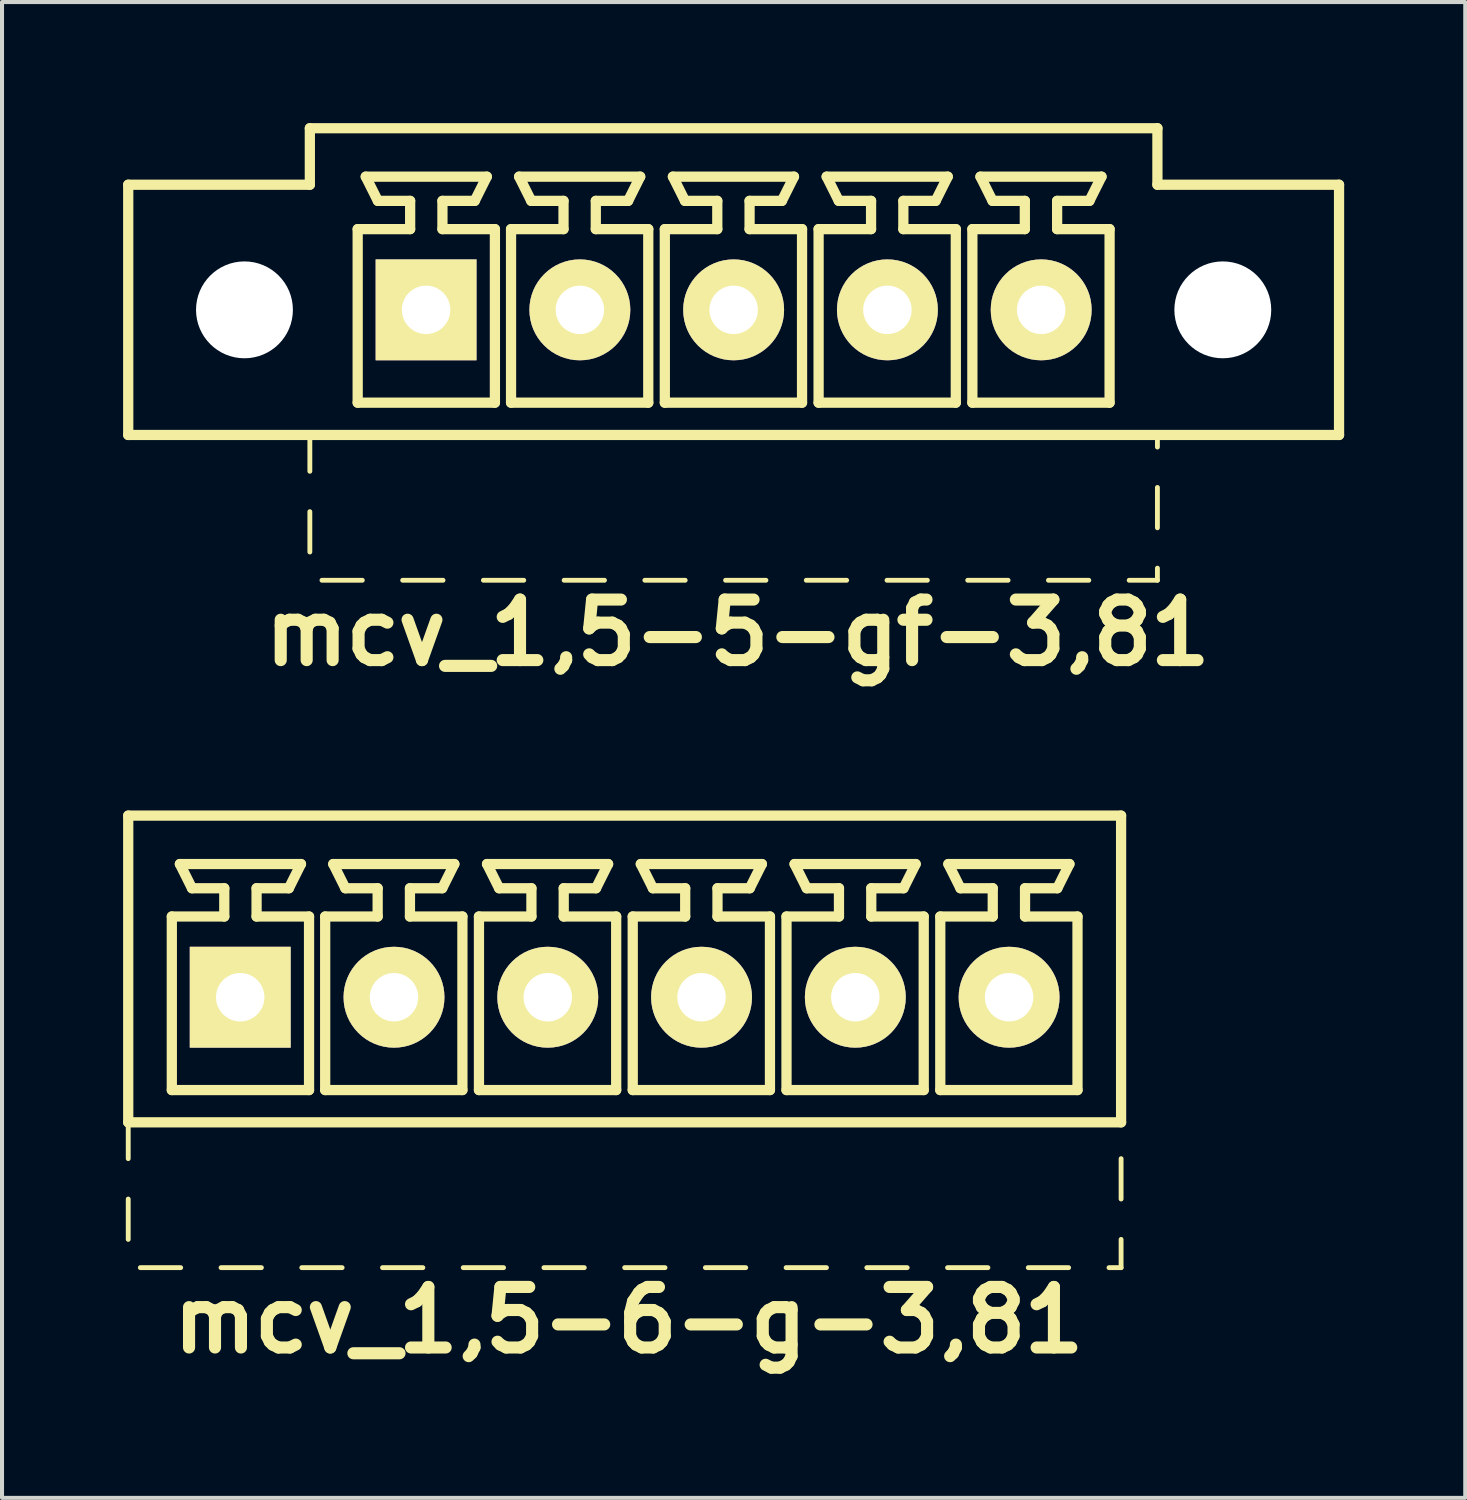
<source format=kicad_pcb>
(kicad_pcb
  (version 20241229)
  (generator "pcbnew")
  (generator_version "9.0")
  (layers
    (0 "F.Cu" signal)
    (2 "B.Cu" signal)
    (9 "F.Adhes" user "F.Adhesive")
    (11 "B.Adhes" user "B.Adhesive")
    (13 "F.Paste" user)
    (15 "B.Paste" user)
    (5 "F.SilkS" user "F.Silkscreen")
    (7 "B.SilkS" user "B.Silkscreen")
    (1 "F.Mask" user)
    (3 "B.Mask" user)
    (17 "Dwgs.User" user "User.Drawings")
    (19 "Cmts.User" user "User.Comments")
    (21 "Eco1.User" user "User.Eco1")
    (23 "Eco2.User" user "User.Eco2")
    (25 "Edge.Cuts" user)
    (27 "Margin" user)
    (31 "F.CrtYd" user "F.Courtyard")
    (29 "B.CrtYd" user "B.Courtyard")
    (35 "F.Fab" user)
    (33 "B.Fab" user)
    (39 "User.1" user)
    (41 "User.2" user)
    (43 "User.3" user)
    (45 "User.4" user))
  (footprint "mcv_1,5-6-g-3,81"
    (layer "F.Cu")
    (at 12.427 21.658)
    (property "Reference" "mcv_1,5-6-g-3,81" (at 0.1 8 0) (layer "F.SilkS") (effects (font (size 1.5 1.5) (thickness 0.3))))
    (attr through_hole)
    (fp_line (start -12.3 -4.5) (end -12.3 3.1) (stroke (width 0.254) (type solid)) (layer "F.SilkS"))
    (fp_line (start -12.3 -4.5) (end 12.3 -4.5) (stroke (width 0.254) (type solid)) (layer "F.SilkS"))
    (fp_line (start -12.3 3.1) (end -12.3 4) (stroke (width 0.12) (type solid)) (layer "F.SilkS"))
    (fp_line (start -12.3 3.1) (end 12.3 3.1) (stroke (width 0.254) (type solid)) (layer "F.SilkS"))
    (fp_line (start -12.3 5) (end -12.3 6) (stroke (width 0.12) (type solid)) (layer "F.SilkS"))
    (fp_line (start -12 6.7) (end -11 6.7) (stroke (width 0.12) (type solid)) (layer "F.SilkS"))
    (fp_line (start -11.22 -2) (end -9.92 -2) (stroke (width 0.254) (type solid)) (layer "F.SilkS"))
    (fp_line (start -11.22 2.3) (end -11.22 -2) (stroke (width 0.254) (type solid)) (layer "F.SilkS"))
    (fp_line (start -11.02 -3.3) (end -8.02 -3.3) (stroke (width 0.254) (type solid)) (layer "F.SilkS"))
    (fp_line (start -10.72 -2.7) (end -11.02 -3.3) (stroke (width 0.254) (type solid)) (layer "F.SilkS"))
    (fp_line (start -10 6.7) (end -9 6.7) (stroke (width 0.12) (type solid)) (layer "F.SilkS"))
    (fp_line (start -9.92 -2.7) (end -10.72 -2.7) (stroke (width 0.254) (type solid)) (layer "F.SilkS"))
    (fp_line (start -9.92 -2) (end -9.92 -2.7) (stroke (width 0.254) (type solid)) (layer "F.SilkS"))
    (fp_line (start -9.12 -2.7) (end -9.12 -2) (stroke (width 0.254) (type solid)) (layer "F.SilkS"))
    (fp_line (start -9.12 -2) (end -7.82 -2) (stroke (width 0.254) (type solid)) (layer "F.SilkS"))
    (fp_line (start -8.32 -2.7) (end -9.12 -2.7) (stroke (width 0.254) (type solid)) (layer "F.SilkS"))
    (fp_line (start -8.32 -2.7) (end -8.02 -3.3) (stroke (width 0.254) (type solid)) (layer "F.SilkS"))
    (fp_line (start -8 6.7) (end -7 6.7) (stroke (width 0.12) (type solid)) (layer "F.SilkS"))
    (fp_line (start -7.82 -2) (end -7.82 2.3) (stroke (width 0.254) (type solid)) (layer "F.SilkS"))
    (fp_line (start -7.82 2.3) (end -11.22 2.3) (stroke (width 0.254) (type solid)) (layer "F.SilkS"))
    (fp_line (start -7.42 -2) (end -6.12 -2) (stroke (width 0.254) (type solid)) (layer "F.SilkS"))
    (fp_line (start -7.42 2.3) (end -7.42 -2) (stroke (width 0.254) (type solid)) (layer "F.SilkS"))
    (fp_line (start -7.22 -3.3) (end -4.22 -3.3) (stroke (width 0.254) (type solid)) (layer "F.SilkS"))
    (fp_line (start -6.92 -2.7) (end -7.22 -3.3) (stroke (width 0.254) (type solid)) (layer "F.SilkS"))
    (fp_line (start -6.12 -2.7) (end -6.92 -2.7) (stroke (width 0.254) (type solid)) (layer "F.SilkS"))
    (fp_line (start -6.12 -2) (end -6.12 -2.7) (stroke (width 0.254) (type solid)) (layer "F.SilkS"))
    (fp_line (start -6 6.7) (end -5 6.7) (stroke (width 0.12) (type solid)) (layer "F.SilkS"))
    (fp_line (start -5.32 -2.7) (end -5.32 -2) (stroke (width 0.254) (type solid)) (layer "F.SilkS"))
    (fp_line (start -5.32 -2) (end -4.02 -2) (stroke (width 0.254) (type solid)) (layer "F.SilkS"))
    (fp_line (start -4.52 -2.7) (end -5.32 -2.7) (stroke (width 0.254) (type solid)) (layer "F.SilkS"))
    (fp_line (start -4.52 -2.7) (end -4.22 -3.3) (stroke (width 0.254) (type solid)) (layer "F.SilkS"))
    (fp_line (start -4.02 -2) (end -4.02 2.3) (stroke (width 0.254) (type solid)) (layer "F.SilkS"))
    (fp_line (start -4.02 2.3) (end -7.42 2.3) (stroke (width 0.254) (type solid)) (layer "F.SilkS"))
    (fp_line (start -4 6.7) (end -3 6.7) (stroke (width 0.12) (type solid)) (layer "F.SilkS"))
    (fp_line (start -3.61 -2) (end -2.31 -2) (stroke (width 0.254) (type solid)) (layer "F.SilkS"))
    (fp_line (start -3.61 2.3) (end -3.61 -2) (stroke (width 0.254) (type solid)) (layer "F.SilkS"))
    (fp_line (start -3.41 -3.3) (end -0.41 -3.3) (stroke (width 0.254) (type solid)) (layer "F.SilkS"))
    (fp_line (start -3.11 -2.7) (end -3.41 -3.3) (stroke (width 0.254) (type solid)) (layer "F.SilkS"))
    (fp_line (start -2.31 -2.7) (end -3.11 -2.7) (stroke (width 0.254) (type solid)) (layer "F.SilkS"))
    (fp_line (start -2.31 -2) (end -2.31 -2.7) (stroke (width 0.254) (type solid)) (layer "F.SilkS"))
    (fp_line (start -2 6.7) (end -1 6.7) (stroke (width 0.12) (type solid)) (layer "F.SilkS"))
    (fp_line (start -1.51 -2.7) (end -1.51 -2) (stroke (width 0.254) (type solid)) (layer "F.SilkS"))
    (fp_line (start -1.51 -2) (end -0.21 -2) (stroke (width 0.254) (type solid)) (layer "F.SilkS"))
    (fp_line (start -0.71 -2.7) (end -1.51 -2.7) (stroke (width 0.254) (type solid)) (layer "F.SilkS"))
    (fp_line (start -0.71 -2.7) (end -0.41 -3.3) (stroke (width 0.254) (type solid)) (layer "F.SilkS"))
    (fp_line (start -0.21 -2) (end -0.21 2.3) (stroke (width 0.254) (type solid)) (layer "F.SilkS"))
    (fp_line (start -0.21 2.3) (end -3.61 2.3) (stroke (width 0.254) (type solid)) (layer "F.SilkS"))
    (fp_line (start 0 6.7) (end 1 6.7) (stroke (width 0.12) (type solid)) (layer "F.SilkS"))
    (fp_line (start 0.2 -2) (end 1.5 -2) (stroke (width 0.254) (type solid)) (layer "F.SilkS"))
    (fp_line (start 0.2 2.3) (end 0.2 -2) (stroke (width 0.254) (type solid)) (layer "F.SilkS"))
    (fp_line (start 0.4 -3.3) (end 3.4 -3.3) (stroke (width 0.254) (type solid)) (layer "F.SilkS"))
    (fp_line (start 0.7 -2.7) (end 0.4 -3.3) (stroke (width 0.254) (type solid)) (layer "F.SilkS"))
    (fp_line (start 1.5 -2.7) (end 0.7 -2.7) (stroke (width 0.254) (type solid)) (layer "F.SilkS"))
    (fp_line (start 1.5 -2) (end 1.5 -2.7) (stroke (width 0.254) (type solid)) (layer "F.SilkS"))
    (fp_line (start 2 6.7) (end 3 6.7) (stroke (width 0.12) (type solid)) (layer "F.SilkS"))
    (fp_line (start 2.3 -2.7) (end 2.3 -2) (stroke (width 0.254) (type solid)) (layer "F.SilkS"))
    (fp_line (start 2.3 -2) (end 3.6 -2) (stroke (width 0.254) (type solid)) (layer "F.SilkS"))
    (fp_line (start 3.1 -2.7) (end 2.3 -2.7) (stroke (width 0.254) (type solid)) (layer "F.SilkS"))
    (fp_line (start 3.1 -2.7) (end 3.4 -3.3) (stroke (width 0.254) (type solid)) (layer "F.SilkS"))
    (fp_line (start 3.6 -2) (end 3.6 2.3) (stroke (width 0.254) (type solid)) (layer "F.SilkS"))
    (fp_line (start 3.6 2.3) (end 0.2 2.3) (stroke (width 0.254) (type solid)) (layer "F.SilkS"))
    (fp_line (start 4 6.7) (end 5 6.7) (stroke (width 0.12) (type solid)) (layer "F.SilkS"))
    (fp_line (start 4.01 -2) (end 5.31 -2) (stroke (width 0.254) (type solid)) (layer "F.SilkS"))
    (fp_line (start 4.01 2.3) (end 4.01 -2) (stroke (width 0.254) (type solid)) (layer "F.SilkS"))
    (fp_line (start 4.21 -3.3) (end 7.21 -3.3) (stroke (width 0.254) (type solid)) (layer "F.SilkS"))
    (fp_line (start 4.51 -2.7) (end 4.21 -3.3) (stroke (width 0.254) (type solid)) (layer "F.SilkS"))
    (fp_line (start 5.31 -2.7) (end 4.51 -2.7) (stroke (width 0.254) (type solid)) (layer "F.SilkS"))
    (fp_line (start 5.31 -2) (end 5.31 -2.7) (stroke (width 0.254) (type solid)) (layer "F.SilkS"))
    (fp_line (start 6 6.7) (end 7 6.7) (stroke (width 0.12) (type solid)) (layer "F.SilkS"))
    (fp_line (start 6.11 -2.7) (end 6.11 -2) (stroke (width 0.254) (type solid)) (layer "F.SilkS"))
    (fp_line (start 6.11 -2) (end 7.41 -2) (stroke (width 0.254) (type solid)) (layer "F.SilkS"))
    (fp_line (start 6.91 -2.7) (end 6.11 -2.7) (stroke (width 0.254) (type solid)) (layer "F.SilkS"))
    (fp_line (start 6.91 -2.7) (end 7.21 -3.3) (stroke (width 0.254) (type solid)) (layer "F.SilkS"))
    (fp_line (start 7.41 -2) (end 7.41 2.3) (stroke (width 0.254) (type solid)) (layer "F.SilkS"))
    (fp_line (start 7.41 2.3) (end 4.01 2.3) (stroke (width 0.254) (type solid)) (layer "F.SilkS"))
    (fp_line (start 7.82 -2) (end 9.12 -2) (stroke (width 0.254) (type solid)) (layer "F.SilkS"))
    (fp_line (start 7.82 2.3) (end 7.82 -2) (stroke (width 0.254) (type solid)) (layer "F.SilkS"))
    (fp_line (start 8 6.7) (end 9 6.7) (stroke (width 0.12) (type solid)) (layer "F.SilkS"))
    (fp_line (start 8.02 -3.3) (end 11.02 -3.3) (stroke (width 0.254) (type solid)) (layer "F.SilkS"))
    (fp_line (start 8.32 -2.7) (end 8.02 -3.3) (stroke (width 0.254) (type solid)) (layer "F.SilkS"))
    (fp_line (start 9.12 -2.7) (end 8.32 -2.7) (stroke (width 0.254) (type solid)) (layer "F.SilkS"))
    (fp_line (start 9.12 -2) (end 9.12 -2.7) (stroke (width 0.254) (type solid)) (layer "F.SilkS"))
    (fp_line (start 9.92 -2.7) (end 9.92 -2) (stroke (width 0.254) (type solid)) (layer "F.SilkS"))
    (fp_line (start 9.92 -2) (end 11.22 -2) (stroke (width 0.254) (type solid)) (layer "F.SilkS"))
    (fp_line (start 10 6.7) (end 11 6.7) (stroke (width 0.12) (type solid)) (layer "F.SilkS"))
    (fp_line (start 10.72 -2.7) (end 9.92 -2.7) (stroke (width 0.254) (type solid)) (layer "F.SilkS"))
    (fp_line (start 10.72 -2.7) (end 11.02 -3.3) (stroke (width 0.254) (type solid)) (layer "F.SilkS"))
    (fp_line (start 11.22 -2) (end 11.22 2.3) (stroke (width 0.254) (type solid)) (layer "F.SilkS"))
    (fp_line (start 11.22 2.3) (end 7.82 2.3) (stroke (width 0.254) (type solid)) (layer "F.SilkS"))
    (fp_line (start 12.3 -4.5) (end 12.3 3.1) (stroke (width 0.254) (type solid)) (layer "F.SilkS"))
    (fp_line (start 12.3 4) (end 12.3 5) (stroke (width 0.12) (type solid)) (layer "F.SilkS"))
    (fp_line (start 12.3 6) (end 12.3 6.7) (stroke (width 0.12) (type solid)) (layer "F.SilkS"))
    (fp_line (start 12.3 6.7) (end 12 6.7) (stroke (width 0.12) (type solid)) (layer "F.SilkS"))
    (pad "1" thru_hole rect (at -9.525 0) (size 2.5 2.5) (drill 1.2) (layers "*.Cu" "*.Mask" "F.SilkS"))
    (pad "2" thru_hole circle (at -5.715 0) (size 2.5 2.5) (drill 1.2) (layers "*.Cu" "*.Mask" "F.SilkS"))
    (pad "3" thru_hole circle (at -1.905 0) (size 2.5 2.5) (drill 1.2) (layers "*.Cu" "*.Mask" "F.SilkS"))
    (pad "4" thru_hole circle (at 1.905 0) (size 2.5 2.5) (drill 1.2) (layers "*.Cu" "*.Mask" "F.SilkS"))
    (pad "5" thru_hole circle (at 5.715 0) (size 2.5 2.5) (drill 1.2) (layers "*.Cu" "*.Mask" "F.SilkS"))
    (pad "6" thru_hole circle (at 9.525 0) (size 2.5 2.5) (drill 1.2) (layers "*.Cu" "*.Mask" "F.SilkS")))
  (footprint "mcv_1,5-5-gf-3,81"
    (layer "F.Cu")
    (at 15.127 4.627)
    (property "Reference" "mcv_1,5-5-gf-3,81" (at 0.1 8 0) (layer "F.SilkS") (effects (font (size 1.5 1.5) (thickness 0.3))))
    (attr through_hole)
    (fp_line (start -15 3.1) (end -15 -3.1) (stroke (width 0.254) (type solid)) (layer "F.SilkS"))
    (fp_line (start -15 3.1) (end 15 3.1) (stroke (width 0.254) (type solid)) (layer "F.SilkS"))
    (fp_line (start -10.5 -4.5) (end -10.5 -3.1) (stroke (width 0.254) (type solid)) (layer "F.SilkS"))
    (fp_line (start -10.5 -4.5) (end 10.5 -4.5) (stroke (width 0.254) (type solid)) (layer "F.SilkS"))
    (fp_line (start -10.5 -3.1) (end -15 -3.1) (stroke (width 0.254) (type solid)) (layer "F.SilkS"))
    (fp_line (start -10.5 3.1) (end -10.5 4) (stroke (width 0.12) (type solid)) (layer "F.SilkS"))
    (fp_line (start -10.5 5) (end -10.5 6) (stroke (width 0.12) (type solid)) (layer "F.SilkS"))
    (fp_line (start -10.2 6.7) (end -9.2 6.7) (stroke (width 0.12) (type solid)) (layer "F.SilkS"))
    (fp_line (start -9.315 -2) (end -8.015 -2) (stroke (width 0.254) (type solid)) (layer "F.SilkS"))
    (fp_line (start -9.315 2.3) (end -9.315 -2) (stroke (width 0.254) (type solid)) (layer "F.SilkS"))
    (fp_line (start -9.115 -3.3) (end -6.115 -3.3) (stroke (width 0.254) (type solid)) (layer "F.SilkS"))
    (fp_line (start -8.815 -2.7) (end -9.115 -3.3) (stroke (width 0.254) (type solid)) (layer "F.SilkS"))
    (fp_line (start -8.2 6.7) (end -7.2 6.7) (stroke (width 0.12) (type solid)) (layer "F.SilkS"))
    (fp_line (start -8.015 -2.7) (end -8.815 -2.7) (stroke (width 0.254) (type solid)) (layer "F.SilkS"))
    (fp_line (start -8.015 -2) (end -8.015 -2.7) (stroke (width 0.254) (type solid)) (layer "F.SilkS"))
    (fp_line (start -7.215 -2.7) (end -7.215 -2) (stroke (width 0.254) (type solid)) (layer "F.SilkS"))
    (fp_line (start -7.215 -2) (end -5.915 -2) (stroke (width 0.254) (type solid)) (layer "F.SilkS"))
    (fp_line (start -6.415 -2.7) (end -7.215 -2.7) (stroke (width 0.254) (type solid)) (layer "F.SilkS"))
    (fp_line (start -6.415 -2.7) (end -6.115 -3.3) (stroke (width 0.254) (type solid)) (layer "F.SilkS"))
    (fp_line (start -6.2 6.7) (end -5.2 6.7) (stroke (width 0.12) (type solid)) (layer "F.SilkS"))
    (fp_line (start -5.915 -2) (end -5.915 2.3) (stroke (width 0.254) (type solid)) (layer "F.SilkS"))
    (fp_line (start -5.915 2.3) (end -9.315 2.3) (stroke (width 0.254) (type solid)) (layer "F.SilkS"))
    (fp_line (start -5.515 -2) (end -4.215 -2) (stroke (width 0.254) (type solid)) (layer "F.SilkS"))
    (fp_line (start -5.515 2.3) (end -5.515 -2) (stroke (width 0.254) (type solid)) (layer "F.SilkS"))
    (fp_line (start -5.315 -3.3) (end -2.315 -3.3) (stroke (width 0.254) (type solid)) (layer "F.SilkS"))
    (fp_line (start -5.015 -2.7) (end -5.315 -3.3) (stroke (width 0.254) (type solid)) (layer "F.SilkS"))
    (fp_line (start -4.215 -2.7) (end -5.015 -2.7) (stroke (width 0.254) (type solid)) (layer "F.SilkS"))
    (fp_line (start -4.215 -2) (end -4.215 -2.7) (stroke (width 0.254) (type solid)) (layer "F.SilkS"))
    (fp_line (start -4.2 6.7) (end -3.2 6.7) (stroke (width 0.12) (type solid)) (layer "F.SilkS"))
    (fp_line (start -3.415 -2.7) (end -3.415 -2) (stroke (width 0.254) (type solid)) (layer "F.SilkS"))
    (fp_line (start -3.415 -2) (end -2.115 -2) (stroke (width 0.254) (type solid)) (layer "F.SilkS"))
    (fp_line (start -2.615 -2.7) (end -3.415 -2.7) (stroke (width 0.254) (type solid)) (layer "F.SilkS"))
    (fp_line (start -2.615 -2.7) (end -2.315 -3.3) (stroke (width 0.254) (type solid)) (layer "F.SilkS"))
    (fp_line (start -2.2 6.7) (end -1.2 6.7) (stroke (width 0.12) (type solid)) (layer "F.SilkS"))
    (fp_line (start -2.115 -2) (end -2.115 2.3) (stroke (width 0.254) (type solid)) (layer "F.SilkS"))
    (fp_line (start -2.115 2.3) (end -5.515 2.3) (stroke (width 0.254) (type solid)) (layer "F.SilkS"))
    (fp_line (start -1.705 -2) (end -0.405 -2) (stroke (width 0.254) (type solid)) (layer "F.SilkS"))
    (fp_line (start -1.705 2.3) (end -1.705 -2) (stroke (width 0.254) (type solid)) (layer "F.SilkS"))
    (fp_line (start -1.505 -3.3) (end 1.495 -3.3) (stroke (width 0.254) (type solid)) (layer "F.SilkS"))
    (fp_line (start -1.205 -2.7) (end -1.505 -3.3) (stroke (width 0.254) (type solid)) (layer "F.SilkS"))
    (fp_line (start -0.405 -2.7) (end -1.205 -2.7) (stroke (width 0.254) (type solid)) (layer "F.SilkS"))
    (fp_line (start -0.405 -2) (end -0.405 -2.7) (stroke (width 0.254) (type solid)) (layer "F.SilkS"))
    (fp_line (start -0.2 6.7) (end 0.8 6.7) (stroke (width 0.12) (type solid)) (layer "F.SilkS"))
    (fp_line (start 0.395 -2.7) (end 0.395 -2) (stroke (width 0.254) (type solid)) (layer "F.SilkS"))
    (fp_line (start 0.395 -2) (end 1.695 -2) (stroke (width 0.254) (type solid)) (layer "F.SilkS"))
    (fp_line (start 1.195 -2.7) (end 0.395 -2.7) (stroke (width 0.254) (type solid)) (layer "F.SilkS"))
    (fp_line (start 1.195 -2.7) (end 1.495 -3.3) (stroke (width 0.254) (type solid)) (layer "F.SilkS"))
    (fp_line (start 1.695 -2) (end 1.695 2.3) (stroke (width 0.254) (type solid)) (layer "F.SilkS"))
    (fp_line (start 1.695 2.3) (end -1.705 2.3) (stroke (width 0.254) (type solid)) (layer "F.SilkS"))
    (fp_line (start 1.8 6.7) (end 2.8 6.7) (stroke (width 0.12) (type solid)) (layer "F.SilkS"))
    (fp_line (start 2.105 -2) (end 3.405 -2) (stroke (width 0.254) (type solid)) (layer "F.SilkS"))
    (fp_line (start 2.105 2.3) (end 2.105 -2) (stroke (width 0.254) (type solid)) (layer "F.SilkS"))
    (fp_line (start 2.305 -3.3) (end 5.305 -3.3) (stroke (width 0.254) (type solid)) (layer "F.SilkS"))
    (fp_line (start 2.605 -2.7) (end 2.305 -3.3) (stroke (width 0.254) (type solid)) (layer "F.SilkS"))
    (fp_line (start 3.405 -2.7) (end 2.605 -2.7) (stroke (width 0.254) (type solid)) (layer "F.SilkS"))
    (fp_line (start 3.405 -2) (end 3.405 -2.7) (stroke (width 0.254) (type solid)) (layer "F.SilkS"))
    (fp_line (start 3.8 6.7) (end 4.8 6.7) (stroke (width 0.12) (type solid)) (layer "F.SilkS"))
    (fp_line (start 4.205 -2.7) (end 4.205 -2) (stroke (width 0.254) (type solid)) (layer "F.SilkS"))
    (fp_line (start 4.205 -2) (end 5.505 -2) (stroke (width 0.254) (type solid)) (layer "F.SilkS"))
    (fp_line (start 5.005 -2.7) (end 4.205 -2.7) (stroke (width 0.254) (type solid)) (layer "F.SilkS"))
    (fp_line (start 5.005 -2.7) (end 5.305 -3.3) (stroke (width 0.254) (type solid)) (layer "F.SilkS"))
    (fp_line (start 5.505 -2) (end 5.505 2.3) (stroke (width 0.254) (type solid)) (layer "F.SilkS"))
    (fp_line (start 5.505 2.3) (end 2.105 2.3) (stroke (width 0.254) (type solid)) (layer "F.SilkS"))
    (fp_line (start 5.8 6.7) (end 6.8 6.7) (stroke (width 0.12) (type solid)) (layer "F.SilkS"))
    (fp_line (start 5.915 -2) (end 7.215 -2) (stroke (width 0.254) (type solid)) (layer "F.SilkS"))
    (fp_line (start 5.915 2.3) (end 5.915 -2) (stroke (width 0.254) (type solid)) (layer "F.SilkS"))
    (fp_line (start 6.115 -3.3) (end 9.115 -3.3) (stroke (width 0.254) (type solid)) (layer "F.SilkS"))
    (fp_line (start 6.415 -2.7) (end 6.115 -3.3) (stroke (width 0.254) (type solid)) (layer "F.SilkS"))
    (fp_line (start 7.215 -2.7) (end 6.415 -2.7) (stroke (width 0.254) (type solid)) (layer "F.SilkS"))
    (fp_line (start 7.215 -2) (end 7.215 -2.7) (stroke (width 0.254) (type solid)) (layer "F.SilkS"))
    (fp_line (start 7.8 6.7) (end 8.8 6.7) (stroke (width 0.12) (type solid)) (layer "F.SilkS"))
    (fp_line (start 8.015 -2.7) (end 8.015 -2) (stroke (width 0.254) (type solid)) (layer "F.SilkS"))
    (fp_line (start 8.015 -2) (end 9.315 -2) (stroke (width 0.254) (type solid)) (layer "F.SilkS"))
    (fp_line (start 8.815 -2.7) (end 8.015 -2.7) (stroke (width 0.254) (type solid)) (layer "F.SilkS"))
    (fp_line (start 8.815 -2.7) (end 9.115 -3.3) (stroke (width 0.254) (type solid)) (layer "F.SilkS"))
    (fp_line (start 9.315 -2) (end 9.315 2.3) (stroke (width 0.254) (type solid)) (layer "F.SilkS"))
    (fp_line (start 9.315 2.3) (end 5.915 2.3) (stroke (width 0.254) (type solid)) (layer "F.SilkS"))
    (fp_line (start 9.8 6.7) (end 10.5 6.7) (stroke (width 0.12) (type solid)) (layer "F.SilkS"))
    (fp_line (start 10.5 -4.5) (end 10.5 -3.1) (stroke (width 0.254) (type solid)) (layer "F.SilkS"))
    (fp_line (start 10.5 -3.1) (end 15 -3.1) (stroke (width 0.254) (type solid)) (layer "F.SilkS"))
    (fp_line (start 10.5 3.4) (end 10.5 3.1) (stroke (width 0.12) (type solid)) (layer "F.SilkS"))
    (fp_line (start 10.5 5.4) (end 10.5 4.4) (stroke (width 0.12) (type solid)) (layer "F.SilkS"))
    (fp_line (start 10.5 6.7) (end 10.5 6.4) (stroke (width 0.12) (type solid)) (layer "F.SilkS"))
    (fp_line (start 15 3.1) (end 15 -3.1) (stroke (width 0.254) (type solid)) (layer "F.SilkS"))
    (pad "" np_thru_hole circle (at -12.12 0) (size 2.4 2.4) (drill 2.4) (layers "*.Cu" "*.Mask"))
    (pad "" np_thru_hole circle (at 12.12 0) (size 2.4 2.4) (drill 2.4) (layers "*.Cu" "*.Mask"))
    (pad "1" thru_hole rect (at -7.62 0) (size 2.5 2.5) (drill 1.2) (layers "*.Cu" "*.Mask" "F.SilkS"))
    (pad "2" thru_hole circle (at -3.81 0) (size 2.5 2.5) (drill 1.2) (layers "*.Cu" "*.Mask" "F.SilkS"))
    (pad "3" thru_hole circle (at 0 0) (size 2.5 2.5) (drill 1.2) (layers "*.Cu" "*.Mask" "F.SilkS"))
    (pad "4" thru_hole circle (at 3.81 0) (size 2.5 2.5) (drill 1.2) (layers "*.Cu" "*.Mask" "F.SilkS"))
    (pad "5" thru_hole circle (at 7.62 0) (size 2.5 2.5) (drill 1.2) (layers "*.Cu" "*.Mask" "F.SilkS")))
  (gr_rect
    (start -3 -3)
    (end 33.254 34.062)
    (stroke (width 0.1) (type default))
    (fill no)
    (layer "Edge.Cuts")))
</source>
